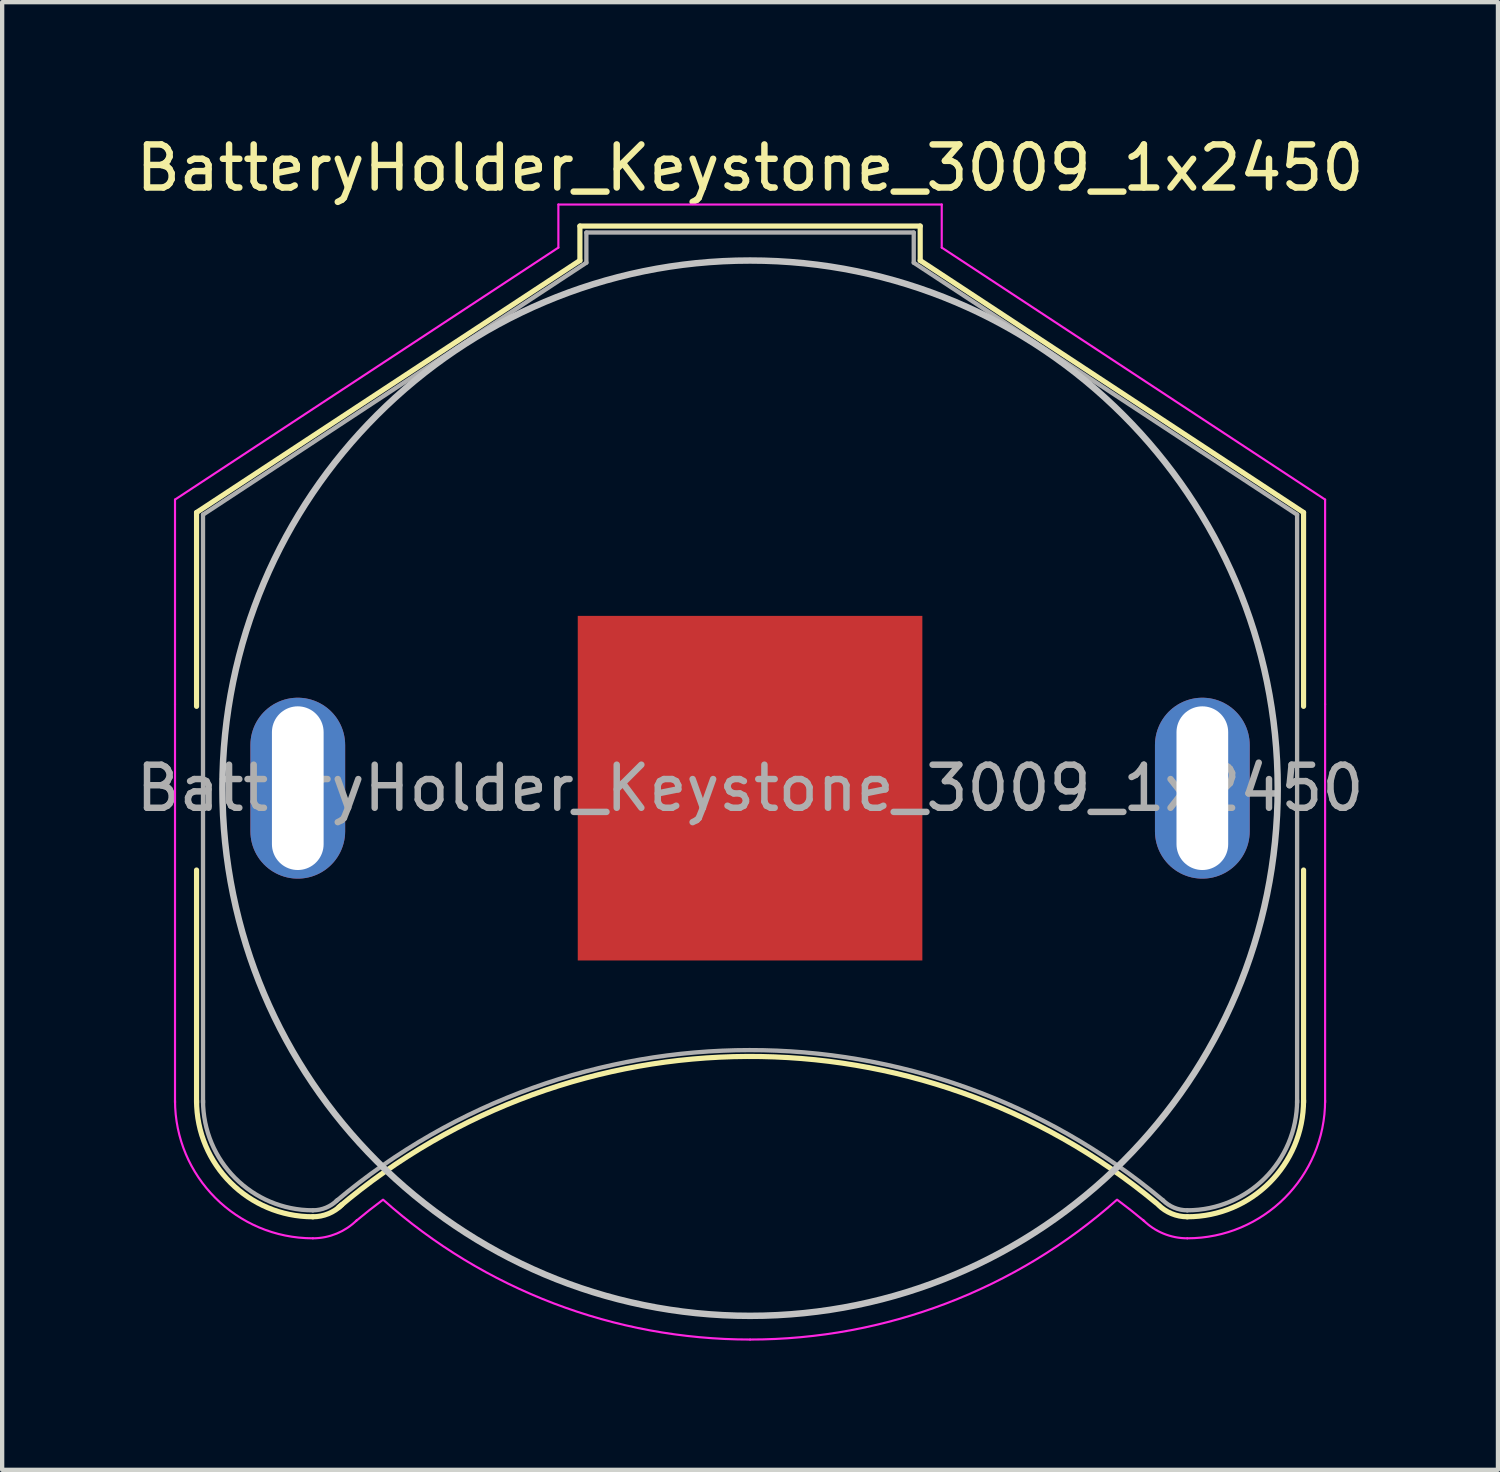
<source format=kicad_pcb>
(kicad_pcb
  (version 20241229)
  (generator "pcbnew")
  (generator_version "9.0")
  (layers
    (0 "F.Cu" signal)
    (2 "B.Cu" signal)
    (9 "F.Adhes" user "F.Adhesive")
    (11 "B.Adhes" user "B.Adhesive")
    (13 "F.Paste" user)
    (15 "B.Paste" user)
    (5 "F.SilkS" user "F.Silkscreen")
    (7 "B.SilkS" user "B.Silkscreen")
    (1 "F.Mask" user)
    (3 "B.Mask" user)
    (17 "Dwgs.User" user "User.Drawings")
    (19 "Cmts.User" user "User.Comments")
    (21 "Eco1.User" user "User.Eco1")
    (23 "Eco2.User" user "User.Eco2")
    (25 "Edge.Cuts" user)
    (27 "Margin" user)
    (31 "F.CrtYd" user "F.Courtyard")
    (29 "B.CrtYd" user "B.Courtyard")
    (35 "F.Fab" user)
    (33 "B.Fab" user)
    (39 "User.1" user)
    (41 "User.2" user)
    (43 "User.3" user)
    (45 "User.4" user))
  (footprint "BatteryHolder_Keystone_3009_1x2450"
    (layer "F.Cu")
    (at 14.363 15.248)
    (property "Reference" "BatteryHolder_Keystone_3009_1x2450" (at 0 -14.4 0) (layer "F.SilkS") (effects (font (size 1 1) (thickness 0.15))))
    (attr through_hole)
    (fp_line (start -12.85 -6.4) (end -12.85 -1.9) (stroke (width 0.12) (type solid)) (layer "F.SilkS"))
    (fp_line (start -12.85 1.9) (end -12.85 7.3) (stroke (width 0.12) (type solid)) (layer "F.SilkS"))
    (fp_line (start -3.95 -13.05) (end -3.95 -12.25) (stroke (width 0.12) (type solid)) (layer "F.SilkS"))
    (fp_line (start -3.95 -13.05) (end 3.95 -13.05) (stroke (width 0.12) (type solid)) (layer "F.SilkS"))
    (fp_line (start -3.95 -12.25) (end -12.85 -6.4) (stroke (width 0.12) (type solid)) (layer "F.SilkS"))
    (fp_line (start 3.95 -13.05) (end 3.95 -12.25) (stroke (width 0.12) (type solid)) (layer "F.SilkS"))
    (fp_line (start 3.95 -12.25) (end 12.85 -6.4) (stroke (width 0.12) (type solid)) (layer "F.SilkS"))
    (fp_line (start 12.85 -6.4) (end 12.85 -1.9) (stroke (width 0.12) (type solid)) (layer "F.SilkS"))
    (fp_line (start 12.85 1.9) (end 12.85 7.3) (stroke (width 0.12) (type solid)) (layer "F.SilkS"))
    (fp_arc (start -10.15 9.95) (mid -12.059188 9.159188) (end -12.85 7.25) (stroke (width 0.12) (type solid)) (layer "F.SilkS"))
    (fp_arc (start -9.55 9.73) (mid -0.071508 6.228057) (end 9.440443 9.638071) (stroke (width 0.12) (type solid)) (layer "F.SilkS"))
    (fp_arc (start -9.478249 9.671751) (mid -9.786451 9.877685) (end -10.15 9.95) (stroke (width 0.12) (type solid)) (layer "F.SilkS"))
    (fp_arc (start 10.15 9.95) (mid 9.786451 9.877686) (end 9.478249 9.671751) (stroke (width 0.12) (type solid)) (layer "F.SilkS"))
    (fp_arc (start 12.85 7.25) (mid 12.059188 9.159188) (end 10.15 9.95) (stroke (width 0.12) (type solid)) (layer "F.SilkS"))
    (fp_circle (center 0 0) (end 12.25 0) (stroke (width 0.15) (type solid)) (fill no) (layer "Dwgs.User"))
    (fp_line (start -13.35 -6.7) (end -13.35 -1.95) (stroke (width 0.05) (type solid)) (layer "F.CrtYd"))
    (fp_line (start -13.35 -1.95) (end -13.35 7.3) (stroke (width 0.05) (type solid)) (layer "F.CrtYd"))
    (fp_line (start -4.45 -13.55) (end -4.45 -12.55) (stroke (width 0.05) (type solid)) (layer "F.CrtYd"))
    (fp_line (start -4.45 -13.55) (end 4.45 -13.55) (stroke (width 0.05) (type solid)) (layer "F.CrtYd"))
    (fp_line (start -4.45 -12.55) (end -13.35 -6.7) (stroke (width 0.05) (type solid)) (layer "F.CrtYd"))
    (fp_line (start 4.45 -13.55) (end 4.45 -12.55) (stroke (width 0.05) (type solid)) (layer "F.CrtYd"))
    (fp_line (start 4.45 -12.55) (end 13.35 -6.7) (stroke (width 0.05) (type solid)) (layer "F.CrtYd"))
    (fp_line (start 13.35 -6.7) (end 13.35 -1.95) (stroke (width 0.05) (type solid)) (layer "F.CrtYd"))
    (fp_line (start 13.35 -1.95) (end 13.35 7.3) (stroke (width 0.05) (type solid)) (layer "F.CrtYd"))
    (fp_arc (start -10.15 10.45) (mid -12.412742 9.512742) (end -13.35 7.25) (stroke (width 0.05) (type solid)) (layer "F.CrtYd"))
    (fp_arc (start -9.15 10.05) (mid -8.840691 9.798786) (end -8.524488 9.556307) (stroke (width 0.05) (type solid)) (layer "F.CrtYd"))
    (fp_arc (start -9.124695 10.025305) (mid -9.595109 10.339626) (end -10.15 10.45) (stroke (width 0.05) (type solid)) (layer "F.CrtYd"))
    (fp_arc (start 0 12.8) (mid -4.55581 11.961797) (end -8.514949 9.556969) (stroke (width 0.05) (type solid)) (layer "F.CrtYd"))
    (fp_arc (start 8.514949 9.556969) (mid 4.55581 11.961798) (end 0 12.8) (stroke (width 0.05) (type solid)) (layer "F.CrtYd"))
    (fp_arc (start 8.524488 9.556307) (mid 8.840691 9.798786) (end 9.15 10.05) (stroke (width 0.05) (type solid)) (layer "F.CrtYd"))
    (fp_arc (start 10.15 10.45) (mid 9.595109 10.339625) (end 9.124695 10.025305) (stroke (width 0.05) (type solid)) (layer "F.CrtYd"))
    (fp_arc (start 13.35 7.25) (mid 12.412742 9.512742) (end 10.15 10.45) (stroke (width 0.05) (type solid)) (layer "F.CrtYd"))
    (fp_line (start -12.7 -6.35) (end -12.7 7.3) (stroke (width 0.1) (type solid)) (layer "F.Fab"))
    (fp_line (start -3.8 -12.9) (end -3.8 -12.2) (stroke (width 0.1) (type solid)) (layer "F.Fab"))
    (fp_line (start -3.8 -12.9) (end 3.8 -12.9) (stroke (width 0.1) (type solid)) (layer "F.Fab"))
    (fp_line (start -3.8 -12.2) (end -12.7 -6.35) (stroke (width 0.1) (type solid)) (layer "F.Fab"))
    (fp_line (start 3.8 -12.9) (end 3.8 -12.2) (stroke (width 0.1) (type solid)) (layer "F.Fab"))
    (fp_line (start 3.8 -12.2) (end 12.7 -6.35) (stroke (width 0.1) (type solid)) (layer "F.Fab"))
    (fp_line (start 12.7 -6.35) (end 12.7 7.3) (stroke (width 0.1) (type solid)) (layer "F.Fab"))
    (fp_arc (start -10.15 9.8) (mid -11.953122 9.053122) (end -12.7 7.25) (stroke (width 0.1) (type solid)) (layer "F.Fab"))
    (fp_arc (start -9.6 9.58) (mid -0.013392 6.081011) (end 9.579482 9.562783) (stroke (width 0.1) (type solid)) (layer "F.Fab"))
    (fp_arc (start -9.584315 9.565685) (mid -9.843853 9.739103) (end -10.15 9.8) (stroke (width 0.1) (type solid)) (layer "F.Fab"))
    (fp_arc (start 10.15 9.8) (mid 9.843853 9.739104) (end 9.584315 9.565685) (stroke (width 0.1) (type solid)) (layer "F.Fab"))
    (fp_arc (start 12.7 7.25) (mid 11.953122 9.053122) (end 10.15 9.8) (stroke (width 0.1) (type solid)) (layer "F.Fab"))
    (fp_text user "${REFERENCE}" (at 0 0 0) (layer "F.Fab") (effects (font (size 1 1) (thickness 0.15))))
    (pad "1" thru_hole oval (at -10.5 0) (size 2.2 4.2) (drill oval 1.2 3.8) (layers "*.Cu" "*.Mask"))
    (pad "1" thru_hole oval (at 10.5 0) (size 2.2 4.2) (drill oval 1.2 3.8) (layers "*.Cu" "*.Mask"))
    (pad "2" smd rect (at 0 0) (size 8 8) (layers "F.Cu" "F.Mask")))
  (gr_rect
    (start -3 -3)
    (end 31.726 31.073)
    (stroke (width 0.1) (type default))
    (fill no)
    (layer "Edge.Cuts")))
</source>
